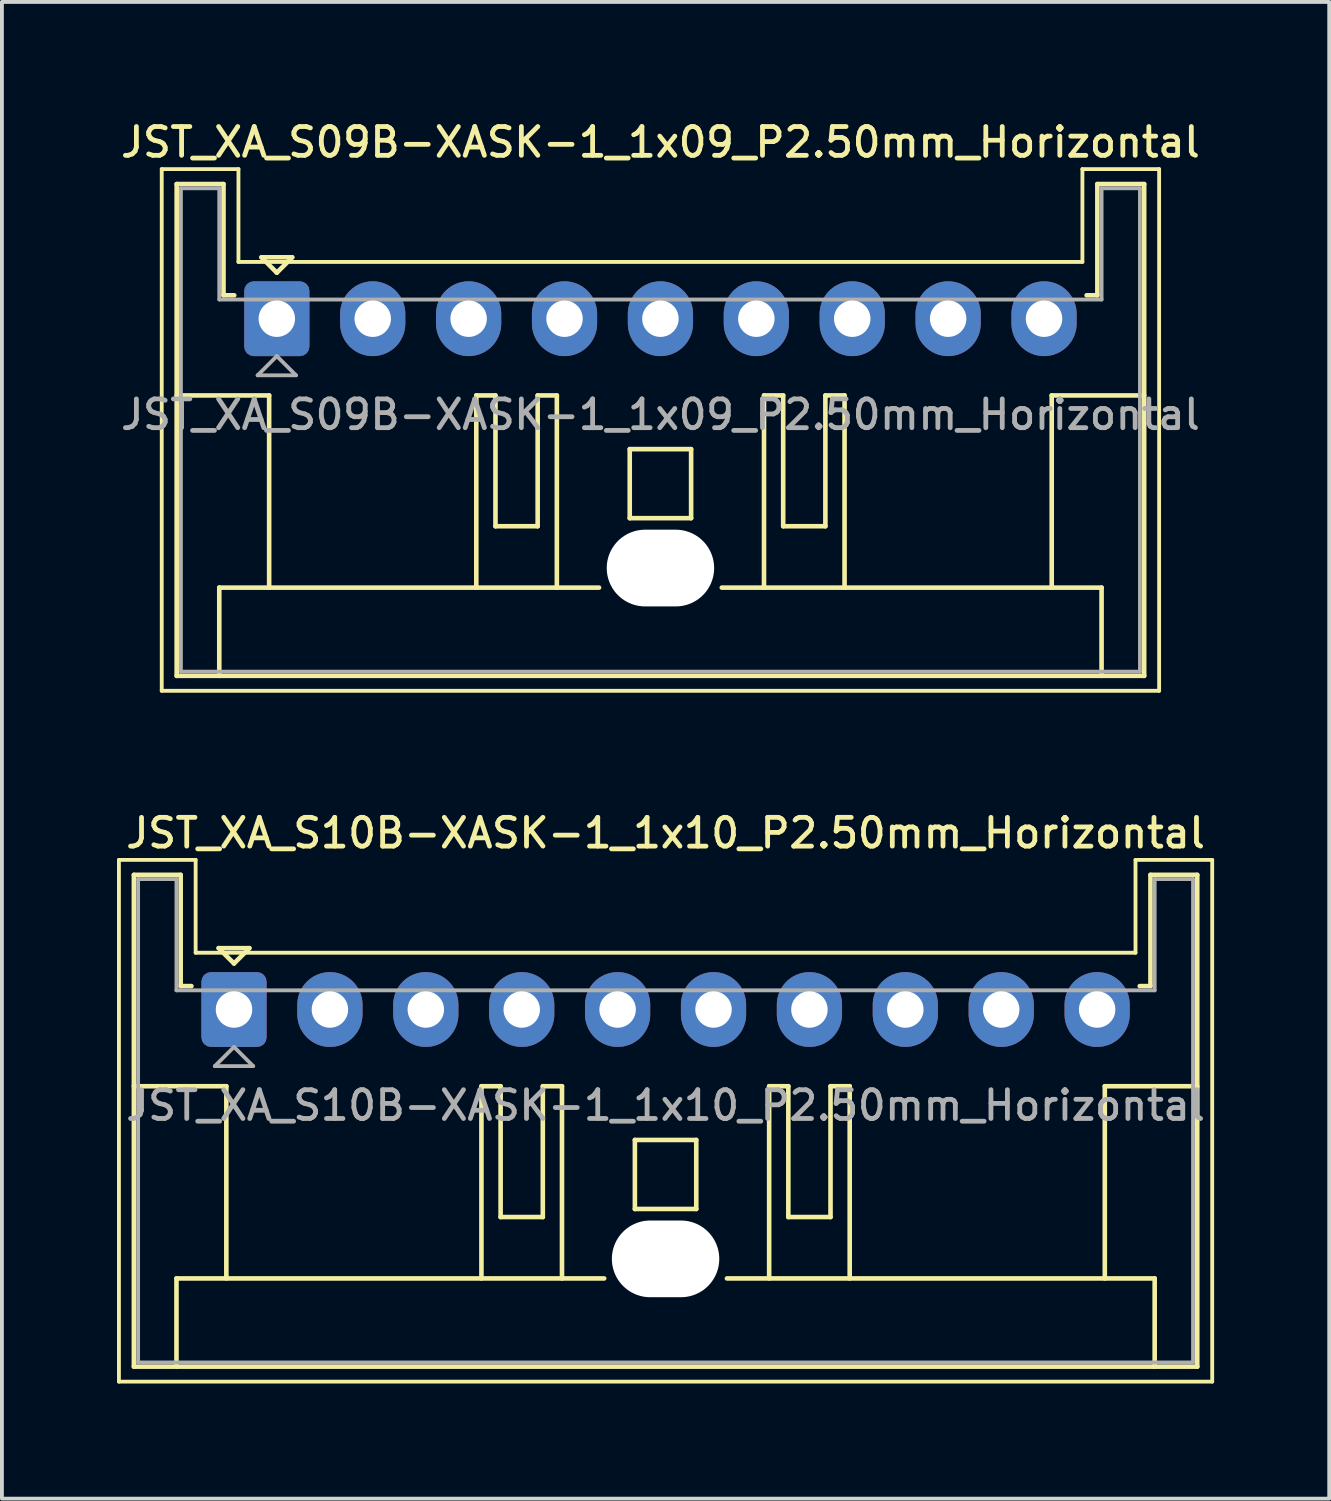
<source format=kicad_pcb>
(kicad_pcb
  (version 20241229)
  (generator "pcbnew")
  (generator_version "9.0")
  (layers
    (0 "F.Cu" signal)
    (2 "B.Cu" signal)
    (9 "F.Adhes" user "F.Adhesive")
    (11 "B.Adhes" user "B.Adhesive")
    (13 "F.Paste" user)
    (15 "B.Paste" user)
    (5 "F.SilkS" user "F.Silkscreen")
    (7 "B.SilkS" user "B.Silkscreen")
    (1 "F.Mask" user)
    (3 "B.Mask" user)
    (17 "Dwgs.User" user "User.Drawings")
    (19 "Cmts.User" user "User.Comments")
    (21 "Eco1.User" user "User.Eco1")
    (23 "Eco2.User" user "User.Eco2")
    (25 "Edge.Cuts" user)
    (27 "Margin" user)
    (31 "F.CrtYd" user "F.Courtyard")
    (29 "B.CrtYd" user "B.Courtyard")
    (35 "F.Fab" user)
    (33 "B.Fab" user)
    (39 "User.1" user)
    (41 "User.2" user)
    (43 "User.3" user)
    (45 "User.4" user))
  (footprint "JST_XA_S10B-XASK-1_1x10_P2.50mm_Horizontal"
    (layer "F.Cu")
    (at 3.05 23.266)
    (property "Reference" "JST_XA_S10B-XASK-1_1x10_P2.50mm_Horizontal" (at 11.25 -4.6 0) (layer "F.SilkS") (effects (font (size 0.75 0.75) (thickness 0.125))))
    (attr through_hole)
    (fp_line (start -3 -3.9) (end -3 9.7) (stroke (width 0.1) (type solid)) (layer "F.SilkS"))
    (fp_line (start -3 9.7) (end 25.5 9.7) (stroke (width 0.1) (type solid)) (layer "F.SilkS"))
    (fp_line (start -2.61 -3.51) (end -2.61 9.31) (stroke (width 0.12) (type solid)) (layer "F.SilkS"))
    (fp_line (start -2.61 9.31) (end 25.11 9.31) (stroke (width 0.12) (type solid)) (layer "F.SilkS"))
    (fp_line (start -1.5 7.01) (end 9.65 7.01) (stroke (width 0.12) (type solid)) (layer "F.SilkS"))
    (fp_line (start -1.5 9.31) (end -1.5 7.01) (stroke (width 0.12) (type solid)) (layer "F.SilkS"))
    (fp_line (start -1.39 -3.51) (end -2.61 -3.51) (stroke (width 0.12) (type solid)) (layer "F.SilkS"))
    (fp_line (start -1.39 -0.61) (end -1.39 -3.51) (stroke (width 0.12) (type solid)) (layer "F.SilkS"))
    (fp_line (start -1.11 -0.61) (end -1.39 -0.61) (stroke (width 0.12) (type solid)) (layer "F.SilkS"))
    (fp_line (start -1 -3.9) (end -3 -3.9) (stroke (width 0.1) (type solid)) (layer "F.SilkS"))
    (fp_line (start -1 -1.48) (end -1 -3.9) (stroke (width 0.1) (type solid)) (layer "F.SilkS"))
    (fp_line (start -0.4 -1.6) (end 0.4 -1.6) (stroke (width 0.12) (type solid)) (layer "F.SilkS"))
    (fp_line (start -0.2 2) (end -2.61 2) (stroke (width 0.12) (type solid)) (layer "F.SilkS"))
    (fp_line (start -0.2 7.01) (end -0.2 2) (stroke (width 0.12) (type solid)) (layer "F.SilkS"))
    (fp_line (start 0 -1.2) (end -0.4 -1.6) (stroke (width 0.12) (type solid)) (layer "F.SilkS"))
    (fp_line (start 0.4 -1.6) (end 0 -1.2) (stroke (width 0.12) (type solid)) (layer "F.SilkS"))
    (fp_line (start 6.45 2) (end 6.45 7.01) (stroke (width 0.12) (type solid)) (layer "F.SilkS"))
    (fp_line (start 6.95 2) (end 6.45 2) (stroke (width 0.12) (type solid)) (layer "F.SilkS"))
    (fp_line (start 6.95 5.41) (end 6.95 2) (stroke (width 0.12) (type solid)) (layer "F.SilkS"))
    (fp_line (start 8.05 2) (end 8.05 5.41) (stroke (width 0.12) (type solid)) (layer "F.SilkS"))
    (fp_line (start 8.05 5.41) (end 6.95 5.41) (stroke (width 0.12) (type solid)) (layer "F.SilkS"))
    (fp_line (start 8.55 2) (end 8.05 2) (stroke (width 0.12) (type solid)) (layer "F.SilkS"))
    (fp_line (start 8.55 7.01) (end 8.55 2) (stroke (width 0.12) (type solid)) (layer "F.SilkS"))
    (fp_line (start 10.45 3.4) (end 12.05 3.4) (stroke (width 0.12) (type solid)) (layer "F.SilkS"))
    (fp_line (start 10.45 5.2) (end 10.45 3.4) (stroke (width 0.12) (type solid)) (layer "F.SilkS"))
    (fp_line (start 12.05 3.4) (end 12.05 5.2) (stroke (width 0.12) (type solid)) (layer "F.SilkS"))
    (fp_line (start 12.05 5.2) (end 10.45 5.2) (stroke (width 0.12) (type solid)) (layer "F.SilkS"))
    (fp_line (start 12.85 7.01) (end 24 7.01) (stroke (width 0.12) (type solid)) (layer "F.SilkS"))
    (fp_line (start 13.95 2) (end 14.45 2) (stroke (width 0.12) (type solid)) (layer "F.SilkS"))
    (fp_line (start 13.95 7.01) (end 13.95 2) (stroke (width 0.12) (type solid)) (layer "F.SilkS"))
    (fp_line (start 14.45 2) (end 14.45 5.41) (stroke (width 0.12) (type solid)) (layer "F.SilkS"))
    (fp_line (start 14.45 5.41) (end 15.55 5.41) (stroke (width 0.12) (type solid)) (layer "F.SilkS"))
    (fp_line (start 15.55 2) (end 16.05 2) (stroke (width 0.12) (type solid)) (layer "F.SilkS"))
    (fp_line (start 15.55 5.41) (end 15.55 2) (stroke (width 0.12) (type solid)) (layer "F.SilkS"))
    (fp_line (start 16.05 2) (end 16.05 7.01) (stroke (width 0.12) (type solid)) (layer "F.SilkS"))
    (fp_line (start 22.7 2) (end 25.11 2) (stroke (width 0.12) (type solid)) (layer "F.SilkS"))
    (fp_line (start 22.7 7.01) (end 22.7 2) (stroke (width 0.12) (type solid)) (layer "F.SilkS"))
    (fp_line (start 23.5 -3.9) (end 23.5 -1.48) (stroke (width 0.1) (type solid)) (layer "F.SilkS"))
    (fp_line (start 23.5 -1.48) (end -1 -1.48) (stroke (width 0.1) (type solid)) (layer "F.SilkS"))
    (fp_line (start 23.89 -3.51) (end 23.89 -0.61) (stroke (width 0.12) (type solid)) (layer "F.SilkS"))
    (fp_line (start 23.89 -0.61) (end 23.61 -0.61) (stroke (width 0.12) (type solid)) (layer "F.SilkS"))
    (fp_line (start 24 7.01) (end 24 9.31) (stroke (width 0.12) (type solid)) (layer "F.SilkS"))
    (fp_line (start 25.11 -3.51) (end 23.89 -3.51) (stroke (width 0.12) (type solid)) (layer "F.SilkS"))
    (fp_line (start 25.11 9.31) (end 25.11 -3.51) (stroke (width 0.12) (type solid)) (layer "F.SilkS"))
    (fp_line (start 25.5 -3.9) (end 23.5 -3.9) (stroke (width 0.1) (type solid)) (layer "F.SilkS"))
    (fp_line (start 25.5 9.7) (end 25.5 -3.9) (stroke (width 0.1) (type solid)) (layer "F.SilkS"))
    (fp_line (start -2.5 -3.4) (end -2.5 9.2) (stroke (width 0.1) (type solid)) (layer "F.Fab"))
    (fp_line (start -2.5 9.2) (end 25 9.2) (stroke (width 0.1) (type solid)) (layer "F.Fab"))
    (fp_line (start -1.5 -3.4) (end -2.5 -3.4) (stroke (width 0.1) (type solid)) (layer "F.Fab"))
    (fp_line (start -1.5 -0.5) (end -1.5 -3.4) (stroke (width 0.1) (type solid)) (layer "F.Fab"))
    (fp_line (start -0.5 1.475) (end 0.5 1.475) (stroke (width 0.1) (type solid)) (layer "F.Fab"))
    (fp_line (start 0 0.975) (end -0.5 1.475) (stroke (width 0.1) (type solid)) (layer "F.Fab"))
    (fp_line (start 0.5 1.475) (end 0 0.975) (stroke (width 0.1) (type solid)) (layer "F.Fab"))
    (fp_line (start 24 -3.4) (end 24 -0.5) (stroke (width 0.1) (type solid)) (layer "F.Fab"))
    (fp_line (start 24 -0.5) (end -1.5 -0.5) (stroke (width 0.1) (type solid)) (layer "F.Fab"))
    (fp_line (start 25 -3.4) (end 24 -3.4) (stroke (width 0.1) (type solid)) (layer "F.Fab"))
    (fp_line (start 25 9.2) (end 25 -3.4) (stroke (width 0.1) (type solid)) (layer "F.Fab"))
    (fp_text user "${REFERENCE}" (at 11.25 2.5 0) (layer "F.Fab") (effects (font (size 0.75 0.75) (thickness 0.125))))
    (pad "" np_thru_hole oval (at 11.25 6.5) (size 2.8 2) (drill oval 2.8 2) (layers "*.Cu" "*.Mask"))
    (pad "1" thru_hole roundrect (at 0 0) (size 1.7 1.95) (drill 0.95) (layers "*.Cu" "*.Mask") (roundrect_rratio 0.147))
    (pad "2" thru_hole oval (at 2.5 0) (size 1.7 1.95) (drill 0.95) (layers "*.Cu" "*.Mask"))
    (pad "3" thru_hole oval (at 5 0) (size 1.7 1.95) (drill 0.95) (layers "*.Cu" "*.Mask"))
    (pad "4" thru_hole oval (at 7.5 0) (size 1.7 1.95) (drill 0.95) (layers "*.Cu" "*.Mask"))
    (pad "5" thru_hole oval (at 10 0) (size 1.7 1.95) (drill 0.95) (layers "*.Cu" "*.Mask"))
    (pad "6" thru_hole oval (at 12.5 0) (size 1.7 1.95) (drill 0.95) (layers "*.Cu" "*.Mask"))
    (pad "7" thru_hole oval (at 15 0) (size 1.7 1.95) (drill 0.95) (layers "*.Cu" "*.Mask"))
    (pad "8" thru_hole oval (at 17.5 0) (size 1.7 1.95) (drill 0.95) (layers "*.Cu" "*.Mask"))
    (pad "9" thru_hole oval (at 20 0) (size 1.7 1.95) (drill 0.95) (layers "*.Cu" "*.Mask"))
    (pad "10" thru_hole oval (at 22.5 0) (size 1.7 1.95) (drill 0.95) (layers "*.Cu" "*.Mask")))
  (footprint "JST_XA_S09B-XASK-1_1x09_P2.50mm_Horizontal"
    (layer "F.Cu")
    (at 4.166 5.258)
    (property "Reference" "JST_XA_S09B-XASK-1_1x09_P2.50mm_Horizontal" (at 10 -4.6 0) (layer "F.SilkS") (effects (font (size 0.75 0.75) (thickness 0.125))))
    (attr through_hole)
    (fp_line (start -3 -3.9) (end -3 9.7) (stroke (width 0.1) (type solid)) (layer "F.SilkS"))
    (fp_line (start -3 9.7) (end 23 9.7) (stroke (width 0.1) (type solid)) (layer "F.SilkS"))
    (fp_line (start -2.61 -3.51) (end -2.61 9.31) (stroke (width 0.12) (type solid)) (layer "F.SilkS"))
    (fp_line (start -2.61 9.31) (end 22.61 9.31) (stroke (width 0.12) (type solid)) (layer "F.SilkS"))
    (fp_line (start -1.5 7.01) (end 8.4 7.01) (stroke (width 0.12) (type solid)) (layer "F.SilkS"))
    (fp_line (start -1.5 9.31) (end -1.5 7.01) (stroke (width 0.12) (type solid)) (layer "F.SilkS"))
    (fp_line (start -1.39 -3.51) (end -2.61 -3.51) (stroke (width 0.12) (type solid)) (layer "F.SilkS"))
    (fp_line (start -1.39 -0.61) (end -1.39 -3.51) (stroke (width 0.12) (type solid)) (layer "F.SilkS"))
    (fp_line (start -1.11 -0.61) (end -1.39 -0.61) (stroke (width 0.12) (type solid)) (layer "F.SilkS"))
    (fp_line (start -1 -3.9) (end -3 -3.9) (stroke (width 0.1) (type solid)) (layer "F.SilkS"))
    (fp_line (start -1 -1.48) (end -1 -3.9) (stroke (width 0.1) (type solid)) (layer "F.SilkS"))
    (fp_line (start -0.4 -1.6) (end 0.4 -1.6) (stroke (width 0.12) (type solid)) (layer "F.SilkS"))
    (fp_line (start -0.2 2) (end -2.61 2) (stroke (width 0.12) (type solid)) (layer "F.SilkS"))
    (fp_line (start -0.2 7.01) (end -0.2 2) (stroke (width 0.12) (type solid)) (layer "F.SilkS"))
    (fp_line (start 0 -1.2) (end -0.4 -1.6) (stroke (width 0.12) (type solid)) (layer "F.SilkS"))
    (fp_line (start 0.4 -1.6) (end 0 -1.2) (stroke (width 0.12) (type solid)) (layer "F.SilkS"))
    (fp_line (start 5.2 2) (end 5.2 7.01) (stroke (width 0.12) (type solid)) (layer "F.SilkS"))
    (fp_line (start 5.7 2) (end 5.2 2) (stroke (width 0.12) (type solid)) (layer "F.SilkS"))
    (fp_line (start 5.7 5.41) (end 5.7 2) (stroke (width 0.12) (type solid)) (layer "F.SilkS"))
    (fp_line (start 6.8 2) (end 6.8 5.41) (stroke (width 0.12) (type solid)) (layer "F.SilkS"))
    (fp_line (start 6.8 5.41) (end 5.7 5.41) (stroke (width 0.12) (type solid)) (layer "F.SilkS"))
    (fp_line (start 7.3 2) (end 6.8 2) (stroke (width 0.12) (type solid)) (layer "F.SilkS"))
    (fp_line (start 7.3 7.01) (end 7.3 2) (stroke (width 0.12) (type solid)) (layer "F.SilkS"))
    (fp_line (start 9.2 3.4) (end 10.8 3.4) (stroke (width 0.12) (type solid)) (layer "F.SilkS"))
    (fp_line (start 9.2 5.2) (end 9.2 3.4) (stroke (width 0.12) (type solid)) (layer "F.SilkS"))
    (fp_line (start 10.8 3.4) (end 10.8 5.2) (stroke (width 0.12) (type solid)) (layer "F.SilkS"))
    (fp_line (start 10.8 5.2) (end 9.2 5.2) (stroke (width 0.12) (type solid)) (layer "F.SilkS"))
    (fp_line (start 11.6 7.01) (end 21.5 7.01) (stroke (width 0.12) (type solid)) (layer "F.SilkS"))
    (fp_line (start 12.7 2) (end 13.2 2) (stroke (width 0.12) (type solid)) (layer "F.SilkS"))
    (fp_line (start 12.7 7.01) (end 12.7 2) (stroke (width 0.12) (type solid)) (layer "F.SilkS"))
    (fp_line (start 13.2 2) (end 13.2 5.41) (stroke (width 0.12) (type solid)) (layer "F.SilkS"))
    (fp_line (start 13.2 5.41) (end 14.3 5.41) (stroke (width 0.12) (type solid)) (layer "F.SilkS"))
    (fp_line (start 14.3 2) (end 14.8 2) (stroke (width 0.12) (type solid)) (layer "F.SilkS"))
    (fp_line (start 14.3 5.41) (end 14.3 2) (stroke (width 0.12) (type solid)) (layer "F.SilkS"))
    (fp_line (start 14.8 2) (end 14.8 7.01) (stroke (width 0.12) (type solid)) (layer "F.SilkS"))
    (fp_line (start 20.2 2) (end 22.61 2) (stroke (width 0.12) (type solid)) (layer "F.SilkS"))
    (fp_line (start 20.2 7.01) (end 20.2 2) (stroke (width 0.12) (type solid)) (layer "F.SilkS"))
    (fp_line (start 21 -3.9) (end 21 -1.48) (stroke (width 0.1) (type solid)) (layer "F.SilkS"))
    (fp_line (start 21 -1.48) (end -1 -1.48) (stroke (width 0.1) (type solid)) (layer "F.SilkS"))
    (fp_line (start 21.39 -3.51) (end 21.39 -0.61) (stroke (width 0.12) (type solid)) (layer "F.SilkS"))
    (fp_line (start 21.39 -0.61) (end 21.11 -0.61) (stroke (width 0.12) (type solid)) (layer "F.SilkS"))
    (fp_line (start 21.5 7.01) (end 21.5 9.31) (stroke (width 0.12) (type solid)) (layer "F.SilkS"))
    (fp_line (start 22.61 -3.51) (end 21.39 -3.51) (stroke (width 0.12) (type solid)) (layer "F.SilkS"))
    (fp_line (start 22.61 9.31) (end 22.61 -3.51) (stroke (width 0.12) (type solid)) (layer "F.SilkS"))
    (fp_line (start 23 -3.9) (end 21 -3.9) (stroke (width 0.1) (type solid)) (layer "F.SilkS"))
    (fp_line (start 23 9.7) (end 23 -3.9) (stroke (width 0.1) (type solid)) (layer "F.SilkS"))
    (fp_line (start -2.5 -3.4) (end -2.5 9.2) (stroke (width 0.1) (type solid)) (layer "F.Fab"))
    (fp_line (start -2.5 9.2) (end 22.5 9.2) (stroke (width 0.1) (type solid)) (layer "F.Fab"))
    (fp_line (start -1.5 -3.4) (end -2.5 -3.4) (stroke (width 0.1) (type solid)) (layer "F.Fab"))
    (fp_line (start -1.5 -0.5) (end -1.5 -3.4) (stroke (width 0.1) (type solid)) (layer "F.Fab"))
    (fp_line (start -0.5 1.475) (end 0.5 1.475) (stroke (width 0.1) (type solid)) (layer "F.Fab"))
    (fp_line (start 0 0.975) (end -0.5 1.475) (stroke (width 0.1) (type solid)) (layer "F.Fab"))
    (fp_line (start 0.5 1.475) (end 0 0.975) (stroke (width 0.1) (type solid)) (layer "F.Fab"))
    (fp_line (start 21.5 -3.4) (end 21.5 -0.5) (stroke (width 0.1) (type solid)) (layer "F.Fab"))
    (fp_line (start 21.5 -0.5) (end -1.5 -0.5) (stroke (width 0.1) (type solid)) (layer "F.Fab"))
    (fp_line (start 22.5 -3.4) (end 21.5 -3.4) (stroke (width 0.1) (type solid)) (layer "F.Fab"))
    (fp_line (start 22.5 9.2) (end 22.5 -3.4) (stroke (width 0.1) (type solid)) (layer "F.Fab"))
    (fp_text user "${REFERENCE}" (at 10 2.5 0) (layer "F.Fab") (effects (font (size 0.75 0.75) (thickness 0.125))))
    (pad "" np_thru_hole oval (at 10 6.5) (size 2.8 2) (drill oval 2.8 2) (layers "*.Cu" "*.Mask"))
    (pad "1" thru_hole roundrect (at 0 0) (size 1.7 1.95) (drill 0.95) (layers "*.Cu" "*.Mask") (roundrect_rratio 0.147))
    (pad "2" thru_hole oval (at 2.5 0) (size 1.7 1.95) (drill 0.95) (layers "*.Cu" "*.Mask"))
    (pad "3" thru_hole oval (at 5 0) (size 1.7 1.95) (drill 0.95) (layers "*.Cu" "*.Mask"))
    (pad "4" thru_hole oval (at 7.5 0) (size 1.7 1.95) (drill 0.95) (layers "*.Cu" "*.Mask"))
    (pad "5" thru_hole oval (at 10 0) (size 1.7 1.95) (drill 0.95) (layers "*.Cu" "*.Mask"))
    (pad "6" thru_hole oval (at 12.5 0) (size 1.7 1.95) (drill 0.95) (layers "*.Cu" "*.Mask"))
    (pad "7" thru_hole oval (at 15 0) (size 1.7 1.95) (drill 0.95) (layers "*.Cu" "*.Mask"))
    (pad "8" thru_hole oval (at 17.5 0) (size 1.7 1.95) (drill 0.95) (layers "*.Cu" "*.Mask"))
    (pad "9" thru_hole oval (at 20 0) (size 1.7 1.95) (drill 0.95) (layers "*.Cu" "*.Mask")))
  (gr_rect
    (start -3 -3)
    (end 31.6 36.016)
    (stroke (width 0.1) (type default))
    (fill no)
    (layer "Edge.Cuts")))
</source>
